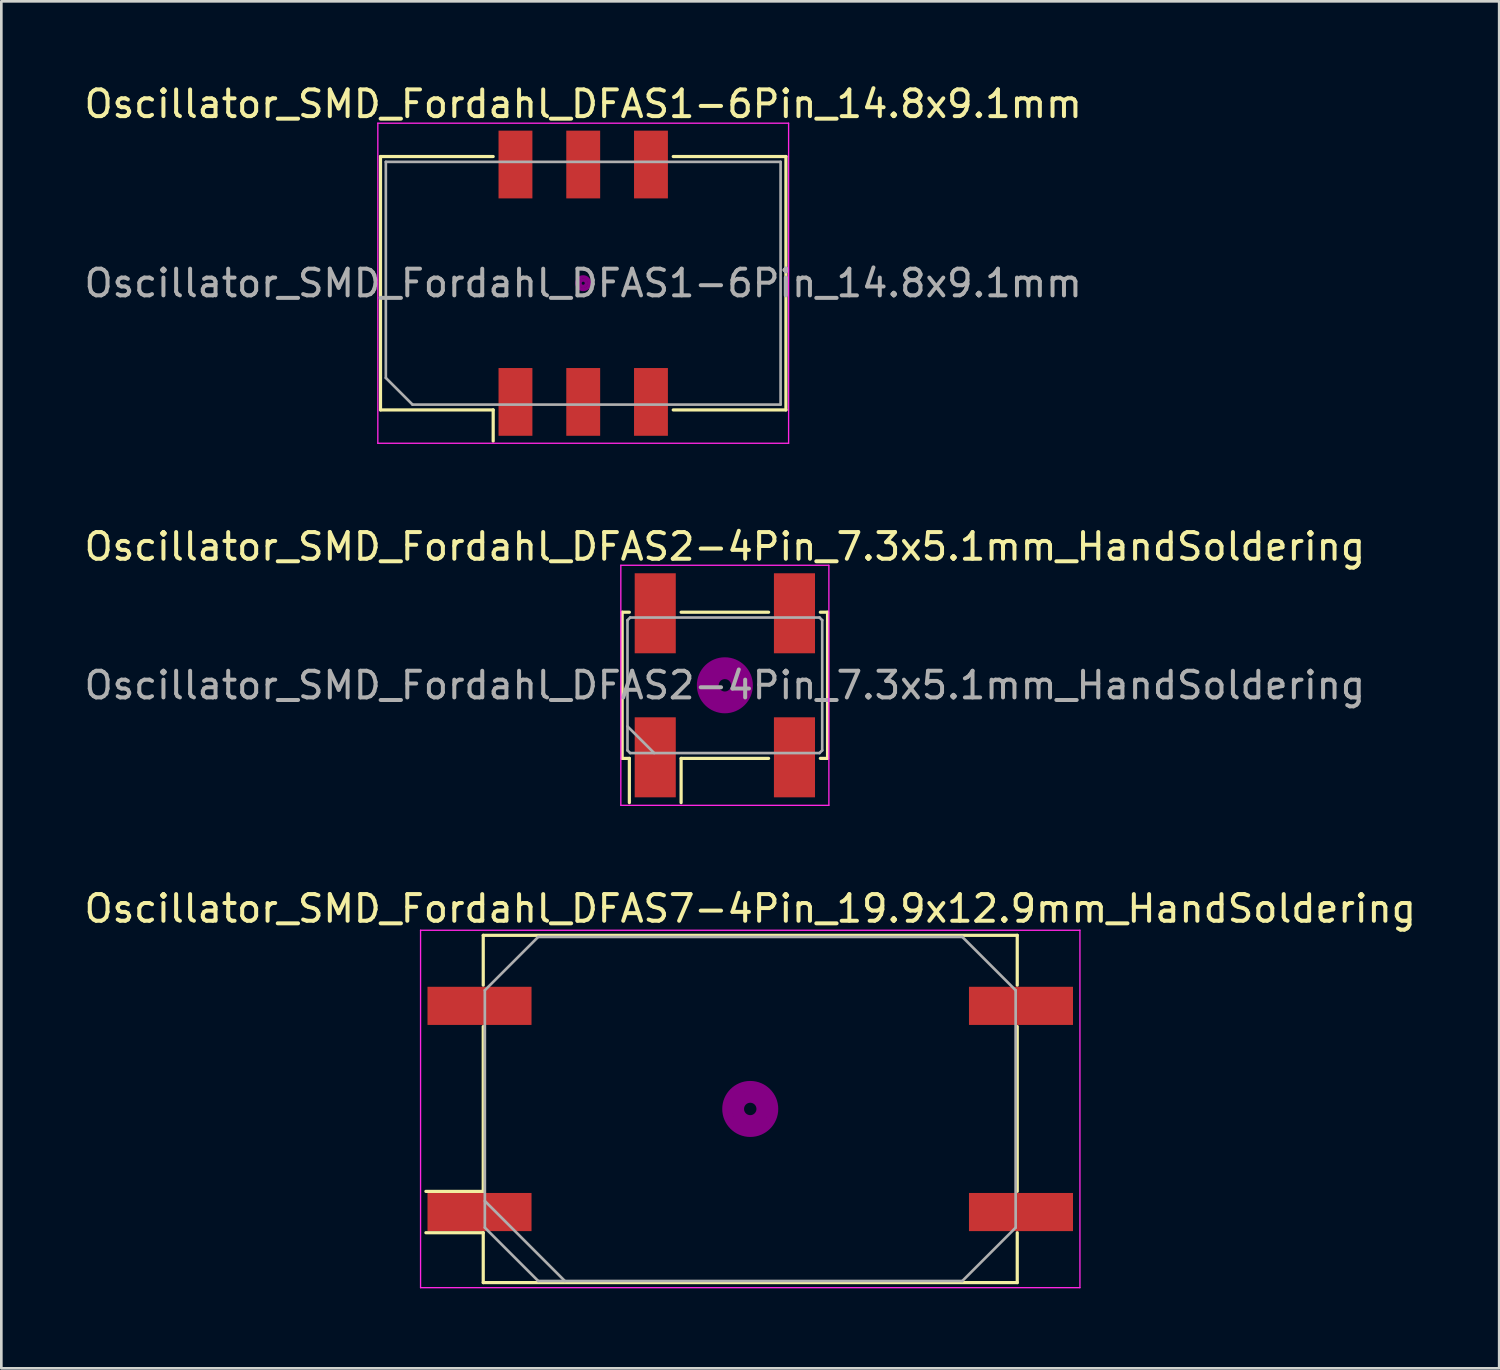
<source format=kicad_pcb>
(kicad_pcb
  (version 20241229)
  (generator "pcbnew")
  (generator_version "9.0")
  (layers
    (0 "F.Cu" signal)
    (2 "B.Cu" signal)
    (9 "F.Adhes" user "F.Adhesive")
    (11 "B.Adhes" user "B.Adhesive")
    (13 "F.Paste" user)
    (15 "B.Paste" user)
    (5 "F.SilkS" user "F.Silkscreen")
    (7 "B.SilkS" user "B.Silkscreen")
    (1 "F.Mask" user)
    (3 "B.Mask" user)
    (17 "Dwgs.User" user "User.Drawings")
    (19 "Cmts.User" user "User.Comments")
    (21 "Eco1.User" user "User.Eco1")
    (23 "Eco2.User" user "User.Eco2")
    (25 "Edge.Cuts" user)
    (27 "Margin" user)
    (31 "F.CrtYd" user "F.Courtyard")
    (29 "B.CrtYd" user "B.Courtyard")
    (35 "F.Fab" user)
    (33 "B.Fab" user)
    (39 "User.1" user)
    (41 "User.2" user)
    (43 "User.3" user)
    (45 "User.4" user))
  (footprint "Oscillator_SMD_Fordahl_DFAS7-4Pin_19.9x12.9mm_HandSoldering"
    (layer "F.Cu")
    (at 25.077 38.525)
    (property "Reference" "Oscillator_SMD_Fordahl_DFAS7-4Pin_19.9x12.9mm_HandSoldering" (at 0 -7.51 0) (layer "F.SilkS") (effects (font (size 1 1) (thickness 0.15))))
    (attr smd)
    (fp_line (start -12.16 3.09) (end -10.01 3.09) (stroke (width 0.12) (type solid)) (layer "F.SilkS"))
    (fp_line (start -12.16 4.64) (end -10.01 4.64) (stroke (width 0.12) (type solid)) (layer "F.SilkS"))
    (fp_line (start -10.01 -6.51) (end 10.01 -6.51) (stroke (width 0.12) (type solid)) (layer "F.SilkS"))
    (fp_line (start -10.01 -4.64) (end -10.01 -6.51) (stroke (width 0.12) (type solid)) (layer "F.SilkS"))
    (fp_line (start -10.01 3.09) (end -10.01 -3.09) (stroke (width 0.12) (type solid)) (layer "F.SilkS"))
    (fp_line (start -10.01 4.64) (end -10.01 6.51) (stroke (width 0.12) (type solid)) (layer "F.SilkS"))
    (fp_line (start -10.01 6.51) (end 10.01 6.51) (stroke (width 0.12) (type solid)) (layer "F.SilkS"))
    (fp_line (start 10.01 -6.51) (end 10.01 -4.64) (stroke (width 0.12) (type solid)) (layer "F.SilkS"))
    (fp_line (start 10.01 -3.09) (end 10.01 3.09) (stroke (width 0.12) (type solid)) (layer "F.SilkS"))
    (fp_line (start 10.01 6.51) (end 10.01 4.64) (stroke (width 0.12) (type solid)) (layer "F.SilkS"))
    (fp_circle (center 0 0) (end 0.233 0) (stroke (width 0.467) (type solid)) (fill no) (layer "F.Adhes"))
    (fp_circle (center 0 0) (end 0.533 0) (stroke (width 0.333) (type solid)) (fill no) (layer "F.Adhes"))
    (fp_circle (center 0 0) (end 0.833 0) (stroke (width 0.333) (type solid)) (fill no) (layer "F.Adhes"))
    (fp_circle (center 0 0) (end 1 0) (stroke (width 0.1) (type solid)) (fill no) (layer "F.Adhes"))
    (fp_line (start -12.36 -6.7) (end -12.36 6.7) (stroke (width 0.05) (type solid)) (layer "F.CrtYd"))
    (fp_line (start -12.36 6.7) (end 12.36 6.7) (stroke (width 0.05) (type solid)) (layer "F.CrtYd"))
    (fp_line (start 12.36 -6.7) (end -12.36 -6.7) (stroke (width 0.05) (type solid)) (layer "F.CrtYd"))
    (fp_line (start 12.36 6.7) (end 12.36 -6.7) (stroke (width 0.05) (type solid)) (layer "F.CrtYd"))
    (fp_line (start -9.95 -4.45) (end -7.95 -6.45) (stroke (width 0.1) (type solid)) (layer "F.Fab"))
    (fp_line (start -9.95 3.45) (end -6.95 6.45) (stroke (width 0.1) (type solid)) (layer "F.Fab"))
    (fp_line (start -9.95 4.45) (end -9.95 -4.45) (stroke (width 0.1) (type solid)) (layer "F.Fab"))
    (fp_line (start -7.95 -6.45) (end 7.95 -6.45) (stroke (width 0.1) (type solid)) (layer "F.Fab"))
    (fp_line (start -7.95 6.45) (end -9.95 4.45) (stroke (width 0.1) (type solid)) (layer "F.Fab"))
    (fp_line (start 7.95 -6.45) (end 9.95 -4.45) (stroke (width 0.1) (type solid)) (layer "F.Fab"))
    (fp_line (start 7.95 6.45) (end -7.95 6.45) (stroke (width 0.1) (type solid)) (layer "F.Fab"))
    (fp_line (start 9.95 -4.45) (end 9.95 4.45) (stroke (width 0.1) (type solid)) (layer "F.Fab"))
    (fp_line (start 9.95 4.45) (end 7.95 6.45) (stroke (width 0.1) (type solid)) (layer "F.Fab"))
    (pad "1" smd rect (at -10.15 3.865) (size 3.9 1.43) (layers "F.Cu" "F.Mask"))
    (pad "2" smd rect (at 10.15 3.865) (size 3.9 1.43) (layers "F.Cu" "F.Mask"))
    (pad "3" smd rect (at 10.15 -3.865) (size 3.9 1.43) (layers "F.Cu" "F.Mask"))
    (pad "4" smd rect (at -10.15 -3.865) (size 3.9 1.43) (layers "F.Cu" "F.Mask")))
  (footprint "Oscillator_SMD_Fordahl_DFAS1-6Pin_14.8x9.1mm"
    (layer "F.Cu")
    (at 18.815 7.568)
    (property "Reference" "Oscillator_SMD_Fordahl_DFAS1-6Pin_14.8x9.1mm" (at 0 -6.72 0) (layer "F.SilkS") (effects (font (size 1 1) (thickness 0.15))))
    (attr smd)
    (fp_line (start -7.6 -4.75) (end -3.375 -4.75) (stroke (width 0.12) (type solid)) (layer "F.SilkS"))
    (fp_line (start -7.6 4.75) (end -7.6 -4.75) (stroke (width 0.12) (type solid)) (layer "F.SilkS"))
    (fp_line (start -3.375 4.75) (end -7.6 4.75) (stroke (width 0.12) (type solid)) (layer "F.SilkS"))
    (fp_line (start -3.375 5.92) (end -3.375 4.75) (stroke (width 0.12) (type solid)) (layer "F.SilkS"))
    (fp_line (start 3.375 -4.75) (end 7.6 -4.75) (stroke (width 0.12) (type solid)) (layer "F.SilkS"))
    (fp_line (start 7.6 -4.75) (end 7.6 4.75) (stroke (width 0.12) (type solid)) (layer "F.SilkS"))
    (fp_line (start 7.6 4.75) (end 3.375 4.75) (stroke (width 0.12) (type solid)) (layer "F.SilkS"))
    (fp_circle (center 0 0) (end 0.058 0) (stroke (width 0.117) (type solid)) (fill no) (layer "F.Adhes"))
    (fp_circle (center 0 0) (end 0.133 0) (stroke (width 0.083) (type solid)) (fill no) (layer "F.Adhes"))
    (fp_circle (center 0 0) (end 0.208 0) (stroke (width 0.083) (type solid)) (fill no) (layer "F.Adhes"))
    (fp_circle (center 0 0) (end 0.25 0) (stroke (width 0.1) (type solid)) (fill no) (layer "F.Adhes"))
    (fp_line (start -7.7 -6) (end -7.7 6) (stroke (width 0.05) (type solid)) (layer "F.CrtYd"))
    (fp_line (start -7.7 6) (end 7.7 6) (stroke (width 0.05) (type solid)) (layer "F.CrtYd"))
    (fp_line (start 7.7 -6) (end -7.7 -6) (stroke (width 0.05) (type solid)) (layer "F.CrtYd"))
    (fp_line (start 7.7 6) (end 7.7 -6) (stroke (width 0.05) (type solid)) (layer "F.CrtYd"))
    (fp_line (start -7.4 -4.55) (end 7.4 -4.55) (stroke (width 0.1) (type solid)) (layer "F.Fab"))
    (fp_line (start -7.4 3.55) (end -7.4 -4.55) (stroke (width 0.1) (type solid)) (layer "F.Fab"))
    (fp_line (start -6.4 4.55) (end -7.4 3.55) (stroke (width 0.1) (type solid)) (layer "F.Fab"))
    (fp_line (start 7.4 -4.55) (end 7.4 4.55) (stroke (width 0.1) (type solid)) (layer "F.Fab"))
    (fp_line (start 7.4 4.55) (end -6.4 4.55) (stroke (width 0.1) (type solid)) (layer "F.Fab"))
    (fp_text user "${REFERENCE}" (at 0 0 0) (layer "F.Fab") (effects (font (size 1 1) (thickness 0.15))))
    (pad "1" smd rect (at -2.54 4.45) (size 1.27 2.54) (layers "F.Cu" "F.Mask" "F.Paste"))
    (pad "2" smd rect (at 0 4.45) (size 1.27 2.54) (layers "F.Cu" "F.Mask" "F.Paste"))
    (pad "3" smd rect (at 2.54 4.45) (size 1.27 2.54) (layers "F.Cu" "F.Mask" "F.Paste"))
    (pad "4" smd rect (at 2.54 -4.45) (size 1.27 2.54) (layers "F.Cu" "F.Mask" "F.Paste"))
    (pad "5" smd rect (at 0 -4.45) (size 1.27 2.54) (layers "F.Cu" "F.Mask" "F.Paste"))
    (pad "6" smd rect (at -2.54 -4.45) (size 1.27 2.54) (layers "F.Cu" "F.Mask" "F.Paste")))
  (footprint "Oscillator_SMD_Fordahl_DFAS2-4Pin_7.3x5.1mm_HandSoldering"
    (layer "F.Cu")
    (at 24.125 22.642)
    (property "Reference" "Oscillator_SMD_Fordahl_DFAS2-4Pin_7.3x5.1mm_HandSoldering" (at 0 -5.2 0) (layer "F.SilkS") (effects (font (size 1 1) (thickness 0.15))))
    (attr smd)
    (fp_line (start -3.85 -2.74) (end -3.58 -2.74) (stroke (width 0.12) (type solid)) (layer "F.SilkS"))
    (fp_line (start -3.85 2.74) (end -3.85 -2.74) (stroke (width 0.12) (type solid)) (layer "F.SilkS"))
    (fp_line (start -3.58 2.74) (end -3.85 2.74) (stroke (width 0.12) (type solid)) (layer "F.SilkS"))
    (fp_line (start -3.58 4.4) (end -3.58 2.74) (stroke (width 0.12) (type solid)) (layer "F.SilkS"))
    (fp_line (start -1.64 -2.74) (end 1.64 -2.74) (stroke (width 0.12) (type solid)) (layer "F.SilkS"))
    (fp_line (start -1.64 2.74) (end -1.64 4.4) (stroke (width 0.12) (type solid)) (layer "F.SilkS"))
    (fp_line (start 1.64 2.74) (end -1.64 2.74) (stroke (width 0.12) (type solid)) (layer "F.SilkS"))
    (fp_line (start 3.58 -2.74) (end 3.85 -2.74) (stroke (width 0.12) (type solid)) (layer "F.SilkS"))
    (fp_line (start 3.85 -2.74) (end 3.85 2.74) (stroke (width 0.12) (type solid)) (layer "F.SilkS"))
    (fp_line (start 3.85 2.74) (end 3.58 2.74) (stroke (width 0.12) (type solid)) (layer "F.SilkS"))
    (fp_circle (center 0 0) (end 0.233 0) (stroke (width 0.467) (type solid)) (fill no) (layer "F.Adhes"))
    (fp_circle (center 0 0) (end 0.533 0) (stroke (width 0.333) (type solid)) (fill no) (layer "F.Adhes"))
    (fp_circle (center 0 0) (end 0.833 0) (stroke (width 0.333) (type solid)) (fill no) (layer "F.Adhes"))
    (fp_circle (center 0 0) (end 1 0) (stroke (width 0.1) (type solid)) (fill no) (layer "F.Adhes"))
    (fp_line (start -3.9 -4.5) (end -3.9 4.5) (stroke (width 0.05) (type solid)) (layer "F.CrtYd"))
    (fp_line (start -3.9 4.5) (end 3.9 4.5) (stroke (width 0.05) (type solid)) (layer "F.CrtYd"))
    (fp_line (start 3.9 -4.5) (end -3.9 -4.5) (stroke (width 0.05) (type solid)) (layer "F.CrtYd"))
    (fp_line (start 3.9 4.5) (end 3.9 -4.5) (stroke (width 0.05) (type solid)) (layer "F.CrtYd"))
    (fp_line (start -3.65 -2.44) (end -3.55 -2.54) (stroke (width 0.1) (type solid)) (layer "F.Fab"))
    (fp_line (start -3.65 1.54) (end -2.65 2.54) (stroke (width 0.1) (type solid)) (layer "F.Fab"))
    (fp_line (start -3.65 2.44) (end -3.65 -2.44) (stroke (width 0.1) (type solid)) (layer "F.Fab"))
    (fp_line (start -3.55 -2.54) (end 3.55 -2.54) (stroke (width 0.1) (type solid)) (layer "F.Fab"))
    (fp_line (start -3.55 2.54) (end -3.65 2.44) (stroke (width 0.1) (type solid)) (layer "F.Fab"))
    (fp_line (start 3.55 -2.54) (end 3.65 -2.44) (stroke (width 0.1) (type solid)) (layer "F.Fab"))
    (fp_line (start 3.55 2.54) (end -3.55 2.54) (stroke (width 0.1) (type solid)) (layer "F.Fab"))
    (fp_line (start 3.65 -2.44) (end 3.65 2.44) (stroke (width 0.1) (type solid)) (layer "F.Fab"))
    (fp_line (start 3.65 2.44) (end 3.55 2.54) (stroke (width 0.1) (type solid)) (layer "F.Fab"))
    (fp_text user "${REFERENCE}" (at 0 0 0) (layer "F.Fab") (effects (font (size 1 1) (thickness 0.15))))
    (pad "1" smd rect (at -2.61 2.7) (size 1.54 3) (layers "F.Cu" "F.Mask" "F.Paste"))
    (pad "2" smd rect (at 2.61 2.7) (size 1.54 3) (layers "F.Cu" "F.Mask" "F.Paste"))
    (pad "3" smd rect (at 2.61 -2.7) (size 1.54 3) (layers "F.Cu" "F.Mask" "F.Paste"))
    (pad "4" smd rect (at -2.61 -2.7) (size 1.54 3) (layers "F.Cu" "F.Mask" "F.Paste")))
  (gr_rect
    (start -3 -3)
    (end 53.155 48.25)
    (stroke (width 0.1) (type default))
    (fill no)
    (layer "Edge.Cuts")))
</source>
